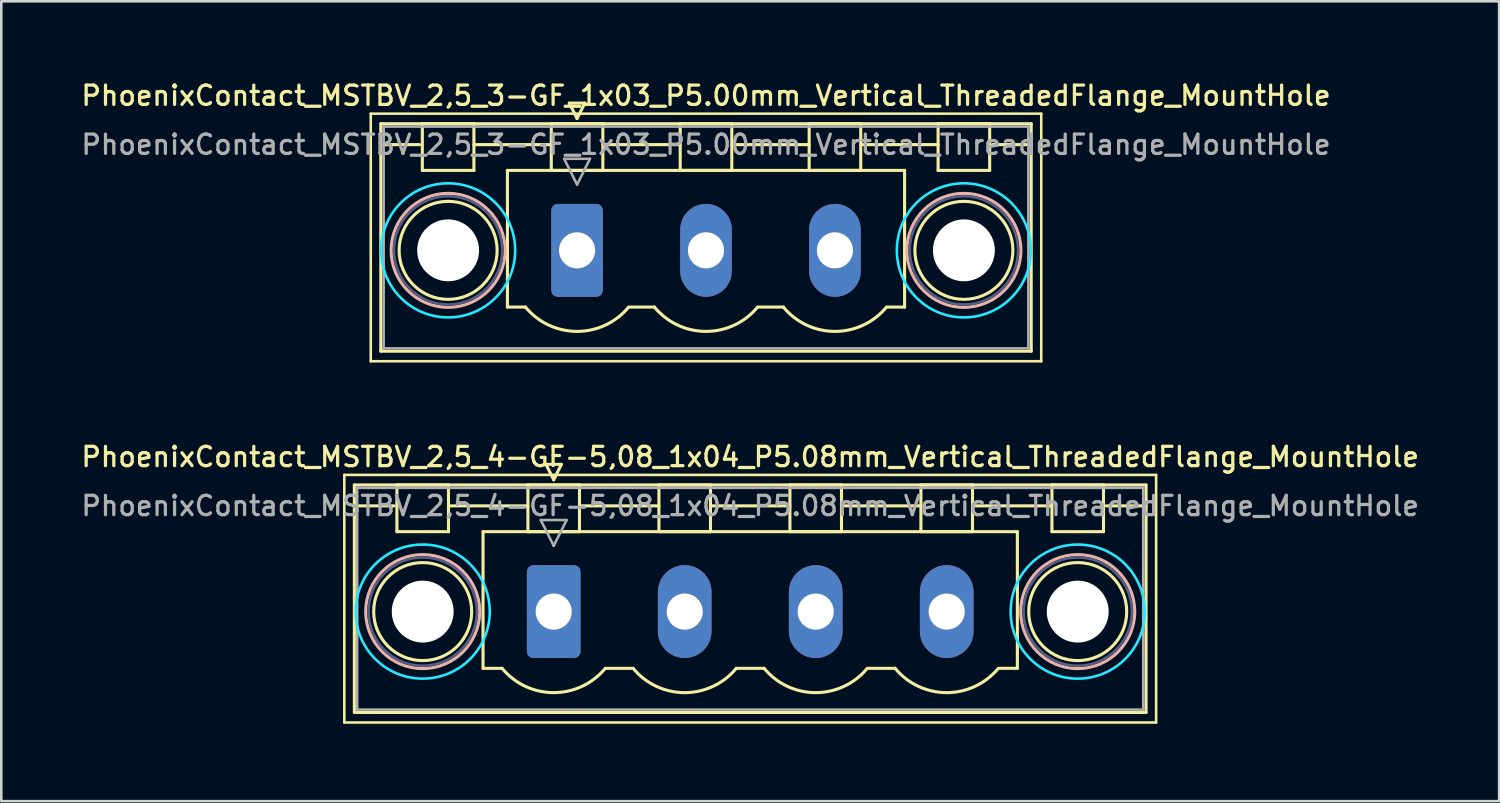
<source format=kicad_pcb>
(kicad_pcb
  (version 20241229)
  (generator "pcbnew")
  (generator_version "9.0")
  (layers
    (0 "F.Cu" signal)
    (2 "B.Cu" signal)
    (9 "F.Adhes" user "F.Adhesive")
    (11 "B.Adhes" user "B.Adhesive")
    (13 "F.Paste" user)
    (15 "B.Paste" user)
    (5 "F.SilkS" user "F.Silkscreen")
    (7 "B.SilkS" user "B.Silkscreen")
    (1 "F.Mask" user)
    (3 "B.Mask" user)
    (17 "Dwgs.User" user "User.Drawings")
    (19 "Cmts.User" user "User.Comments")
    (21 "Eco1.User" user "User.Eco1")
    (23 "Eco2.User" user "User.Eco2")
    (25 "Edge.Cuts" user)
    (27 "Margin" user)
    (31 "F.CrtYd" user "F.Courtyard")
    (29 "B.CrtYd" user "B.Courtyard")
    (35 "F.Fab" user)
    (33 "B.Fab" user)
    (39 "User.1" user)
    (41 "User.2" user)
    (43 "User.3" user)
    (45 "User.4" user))
  (footprint "PhoenixContact_MSTBV_2,5_3-GF_1x03_P5.00mm_Vertical_ThreadedFlange_MountHole"
    (layer "F.Cu")
    (at 19.327 6.658)
    (property "Reference" "PhoenixContact_MSTBV_2,5_3-GF_1x03_P5.00mm_Vertical_ThreadedFlange_MountHole" (at 5 -6 0) (layer "F.SilkS") (effects (font (size 0.75 0.75) (thickness 0.125))))
    (attr through_hole)
    (fp_line (start -8 -5.3) (end -8 4.3) (stroke (width 0.1) (type solid)) (layer "F.SilkS"))
    (fp_line (start -8 4.3) (end 18 4.3) (stroke (width 0.1) (type solid)) (layer "F.SilkS"))
    (fp_line (start -7.61 -4.91) (end -7.61 3.91) (stroke (width 0.12) (type solid)) (layer "F.SilkS"))
    (fp_line (start -7.61 -4.1) (end -6.11 -4.1) (stroke (width 0.12) (type solid)) (layer "F.SilkS"))
    (fp_line (start -7.61 3.91) (end 17.61 3.91) (stroke (width 0.12) (type solid)) (layer "F.SilkS"))
    (fp_line (start -6 -4.91) (end -4 -4.91) (stroke (width 0.12) (type solid)) (layer "F.SilkS"))
    (fp_line (start -6 -3.1) (end -6 -4.91) (stroke (width 0.12) (type solid)) (layer "F.SilkS"))
    (fp_line (start -4 -4.91) (end -4 -3.1) (stroke (width 0.12) (type solid)) (layer "F.SilkS"))
    (fp_line (start -4 -4.1) (end -1 -4.1) (stroke (width 0.12) (type solid)) (layer "F.SilkS"))
    (fp_line (start -4 -3.1) (end -6 -3.1) (stroke (width 0.12) (type solid)) (layer "F.SilkS"))
    (fp_line (start -2.7 -3.1) (end 12.7 -3.1) (stroke (width 0.12) (type solid)) (layer "F.SilkS"))
    (fp_line (start -2.7 2.2) (end -2.7 -3.1) (stroke (width 0.12) (type solid)) (layer "F.SilkS"))
    (fp_line (start -2 2.2) (end -2.7 2.2) (stroke (width 0.12) (type solid)) (layer "F.SilkS"))
    (fp_line (start -1 -4.91) (end 1 -4.91) (stroke (width 0.12) (type solid)) (layer "F.SilkS"))
    (fp_line (start -1 -3.1) (end -1 -4.91) (stroke (width 0.12) (type solid)) (layer "F.SilkS"))
    (fp_line (start -0.3 -5.71) (end 0.3 -5.71) (stroke (width 0.12) (type solid)) (layer "F.SilkS"))
    (fp_line (start 0 -5.11) (end -0.3 -5.71) (stroke (width 0.12) (type solid)) (layer "F.SilkS"))
    (fp_line (start 0.3 -5.71) (end 0 -5.11) (stroke (width 0.12) (type solid)) (layer "F.SilkS"))
    (fp_line (start 1 -4.91) (end 1 -3.1) (stroke (width 0.12) (type solid)) (layer "F.SilkS"))
    (fp_line (start 1 -4.1) (end 4 -4.1) (stroke (width 0.12) (type solid)) (layer "F.SilkS"))
    (fp_line (start 1 -3.1) (end -1 -3.1) (stroke (width 0.12) (type solid)) (layer "F.SilkS"))
    (fp_line (start 2 2.2) (end 3 2.2) (stroke (width 0.12) (type solid)) (layer "F.SilkS"))
    (fp_line (start 4 -4.91) (end 6 -4.91) (stroke (width 0.12) (type solid)) (layer "F.SilkS"))
    (fp_line (start 4 -3.1) (end 4 -4.91) (stroke (width 0.12) (type solid)) (layer "F.SilkS"))
    (fp_line (start 6 -4.91) (end 6 -3.1) (stroke (width 0.12) (type solid)) (layer "F.SilkS"))
    (fp_line (start 6 -4.1) (end 9 -4.1) (stroke (width 0.12) (type solid)) (layer "F.SilkS"))
    (fp_line (start 6 -3.1) (end 4 -3.1) (stroke (width 0.12) (type solid)) (layer "F.SilkS"))
    (fp_line (start 7 2.2) (end 8 2.2) (stroke (width 0.12) (type solid)) (layer "F.SilkS"))
    (fp_line (start 9 -4.91) (end 11 -4.91) (stroke (width 0.12) (type solid)) (layer "F.SilkS"))
    (fp_line (start 9 -3.1) (end 9 -4.91) (stroke (width 0.12) (type solid)) (layer "F.SilkS"))
    (fp_line (start 11 -4.91) (end 11 -3.1) (stroke (width 0.12) (type solid)) (layer "F.SilkS"))
    (fp_line (start 11 -4.1) (end 14 -4.1) (stroke (width 0.12) (type solid)) (layer "F.SilkS"))
    (fp_line (start 11 -3.1) (end 9 -3.1) (stroke (width 0.12) (type solid)) (layer "F.SilkS"))
    (fp_line (start 12.7 -3.1) (end 12.7 2.2) (stroke (width 0.12) (type solid)) (layer "F.SilkS"))
    (fp_line (start 12.7 2.2) (end 12 2.2) (stroke (width 0.12) (type solid)) (layer "F.SilkS"))
    (fp_line (start 14 -4.91) (end 16 -4.91) (stroke (width 0.12) (type solid)) (layer "F.SilkS"))
    (fp_line (start 14 -3.1) (end 14 -4.91) (stroke (width 0.12) (type solid)) (layer "F.SilkS"))
    (fp_line (start 16 -4.91) (end 16 -3.1) (stroke (width 0.12) (type solid)) (layer "F.SilkS"))
    (fp_line (start 16 -3.1) (end 14 -3.1) (stroke (width 0.12) (type solid)) (layer "F.SilkS"))
    (fp_line (start 17.61 -4.91) (end -7.61 -4.91) (stroke (width 0.12) (type solid)) (layer "F.SilkS"))
    (fp_line (start 17.61 -4.1) (end 16.11 -4.1) (stroke (width 0.12) (type solid)) (layer "F.SilkS"))
    (fp_line (start 17.61 3.91) (end 17.61 -4.91) (stroke (width 0.12) (type solid)) (layer "F.SilkS"))
    (fp_line (start 18 -5.3) (end -8 -5.3) (stroke (width 0.1) (type solid)) (layer "F.SilkS"))
    (fp_line (start 18 4.3) (end 18 -5.3) (stroke (width 0.1) (type solid)) (layer "F.SilkS"))
    (fp_arc (start 1.986842 2.215821) (mid -0.010289 3.142758) (end -2 2.2) (stroke (width 0.12) (type solid)) (layer "F.SilkS"))
    (fp_arc (start 6.986842 2.215821) (mid 4.989711 3.142758) (end 3 2.2) (stroke (width 0.12) (type solid)) (layer "F.SilkS"))
    (fp_arc (start 11.986842 2.215821) (mid 9.989711 3.142758) (end 8 2.2) (stroke (width 0.12) (type solid)) (layer "F.SilkS"))
    (fp_circle (center -5 0) (end -3.1 0) (stroke (width 0.12) (type solid)) (fill no) (layer "F.SilkS"))
    (fp_circle (center 15 0) (end 16.9 0) (stroke (width 0.12) (type solid)) (fill no) (layer "F.SilkS"))
    (fp_circle (center -5 0) (end -2.79 0) (stroke (width 0.12) (type solid)) (fill no) (layer "B.SilkS"))
    (fp_circle (center 15 0) (end 17.21 0) (stroke (width 0.12) (type solid)) (fill no) (layer "B.SilkS"))
    (fp_circle (center -5 0) (end -2.4 0) (stroke (width 0.1) (type solid)) (fill no) (layer "B.CrtYd"))
    (fp_circle (center 15 0) (end 17.6 0) (stroke (width 0.1) (type solid)) (fill no) (layer "B.CrtYd"))
    (fp_circle (center -5 0) (end -2.9 0) (stroke (width 0.1) (type solid)) (fill no) (layer "B.Fab"))
    (fp_circle (center 15 0) (end 17.1 0) (stroke (width 0.1) (type solid)) (fill no) (layer "B.Fab"))
    (fp_line (start -7.5 -4.8) (end -7.5 3.8) (stroke (width 0.1) (type solid)) (layer "F.Fab"))
    (fp_line (start -7.5 3.8) (end 17.5 3.8) (stroke (width 0.1) (type solid)) (layer "F.Fab"))
    (fp_line (start -0.5 -3.55) (end 0.5 -3.55) (stroke (width 0.1) (type solid)) (layer "F.Fab"))
    (fp_line (start 0 -2.55) (end -0.5 -3.55) (stroke (width 0.1) (type solid)) (layer "F.Fab"))
    (fp_line (start 0.5 -3.55) (end 0 -2.55) (stroke (width 0.1) (type solid)) (layer "F.Fab"))
    (fp_line (start 17.5 -4.8) (end -7.5 -4.8) (stroke (width 0.1) (type solid)) (layer "F.Fab"))
    (fp_line (start 17.5 3.8) (end 17.5 -4.8) (stroke (width 0.1) (type solid)) (layer "F.Fab"))
    (fp_text user "${REFERENCE}" (at 5 -4.1 0) (layer "F.Fab") (effects (font (size 0.75 0.75) (thickness 0.125))))
    (pad "" np_thru_hole circle (at -5 0) (size 2.4 2.4) (drill 2.4) (layers "*.Cu" "*.Mask"))
    (pad "" np_thru_hole circle (at 15 0) (size 2.4 2.4) (drill 2.4) (layers "*.Cu" "*.Mask"))
    (pad "1" thru_hole roundrect (at 0 0) (size 2 3.6) (drill 1.4) (layers "*.Cu" "*.Mask") (roundrect_rratio 0.125))
    (pad "2" thru_hole oval (at 5 0) (size 2 3.6) (drill 1.4) (layers "*.Cu" "*.Mask"))
    (pad "3" thru_hole oval (at 10 0) (size 2 3.6) (drill 1.4) (layers "*.Cu" "*.Mask")))
  (footprint "PhoenixContact_MSTBV_2,5_4-GF-5,08_1x04_P5.08mm_Vertical_ThreadedFlange_MountHole"
    (layer "F.Cu")
    (at 18.421 20.666)
    (property "Reference" "PhoenixContact_MSTBV_2,5_4-GF-5,08_1x04_P5.08mm_Vertical_ThreadedFlange_MountHole" (at 7.62 -6 0) (layer "F.SilkS") (effects (font (size 0.75 0.75) (thickness 0.125))))
    (attr through_hole)
    (fp_line (start -8.12 -5.3) (end -8.12 4.3) (stroke (width 0.1) (type solid)) (layer "F.SilkS"))
    (fp_line (start -8.12 4.3) (end 23.36 4.3) (stroke (width 0.1) (type solid)) (layer "F.SilkS"))
    (fp_line (start -7.73 -4.91) (end -7.73 3.91) (stroke (width 0.12) (type solid)) (layer "F.SilkS"))
    (fp_line (start -7.73 -4.1) (end -6.19 -4.1) (stroke (width 0.12) (type solid)) (layer "F.SilkS"))
    (fp_line (start -7.73 3.91) (end 22.97 3.91) (stroke (width 0.12) (type solid)) (layer "F.SilkS"))
    (fp_line (start -6.08 -4.91) (end -4.08 -4.91) (stroke (width 0.12) (type solid)) (layer "F.SilkS"))
    (fp_line (start -6.08 -3.1) (end -6.08 -4.91) (stroke (width 0.12) (type solid)) (layer "F.SilkS"))
    (fp_line (start -4.08 -4.91) (end -4.08 -3.1) (stroke (width 0.12) (type solid)) (layer "F.SilkS"))
    (fp_line (start -4.08 -4.1) (end -1 -4.1) (stroke (width 0.12) (type solid)) (layer "F.SilkS"))
    (fp_line (start -4.08 -3.1) (end -6.08 -3.1) (stroke (width 0.12) (type solid)) (layer "F.SilkS"))
    (fp_line (start -2.74 -3.1) (end 17.98 -3.1) (stroke (width 0.12) (type solid)) (layer "F.SilkS"))
    (fp_line (start -2.74 2.2) (end -2.74 -3.1) (stroke (width 0.12) (type solid)) (layer "F.SilkS"))
    (fp_line (start -2 2.2) (end -2.74 2.2) (stroke (width 0.12) (type solid)) (layer "F.SilkS"))
    (fp_line (start -1 -4.91) (end 1 -4.91) (stroke (width 0.12) (type solid)) (layer "F.SilkS"))
    (fp_line (start -1 -3.1) (end -1 -4.91) (stroke (width 0.12) (type solid)) (layer "F.SilkS"))
    (fp_line (start -0.3 -5.71) (end 0.3 -5.71) (stroke (width 0.12) (type solid)) (layer "F.SilkS"))
    (fp_line (start 0 -5.11) (end -0.3 -5.71) (stroke (width 0.12) (type solid)) (layer "F.SilkS"))
    (fp_line (start 0.3 -5.71) (end 0 -5.11) (stroke (width 0.12) (type solid)) (layer "F.SilkS"))
    (fp_line (start 1 -4.91) (end 1 -3.1) (stroke (width 0.12) (type solid)) (layer "F.SilkS"))
    (fp_line (start 1 -4.1) (end 4.08 -4.1) (stroke (width 0.12) (type solid)) (layer "F.SilkS"))
    (fp_line (start 1 -3.1) (end -1 -3.1) (stroke (width 0.12) (type solid)) (layer "F.SilkS"))
    (fp_line (start 2 2.2) (end 3.08 2.2) (stroke (width 0.12) (type solid)) (layer "F.SilkS"))
    (fp_line (start 4.08 -4.91) (end 6.08 -4.91) (stroke (width 0.12) (type solid)) (layer "F.SilkS"))
    (fp_line (start 4.08 -3.1) (end 4.08 -4.91) (stroke (width 0.12) (type solid)) (layer "F.SilkS"))
    (fp_line (start 6.08 -4.91) (end 6.08 -3.1) (stroke (width 0.12) (type solid)) (layer "F.SilkS"))
    (fp_line (start 6.08 -4.1) (end 9.16 -4.1) (stroke (width 0.12) (type solid)) (layer "F.SilkS"))
    (fp_line (start 6.08 -3.1) (end 4.08 -3.1) (stroke (width 0.12) (type solid)) (layer "F.SilkS"))
    (fp_line (start 7.08 2.2) (end 8.16 2.2) (stroke (width 0.12) (type solid)) (layer "F.SilkS"))
    (fp_line (start 9.16 -4.91) (end 11.16 -4.91) (stroke (width 0.12) (type solid)) (layer "F.SilkS"))
    (fp_line (start 9.16 -3.1) (end 9.16 -4.91) (stroke (width 0.12) (type solid)) (layer "F.SilkS"))
    (fp_line (start 11.16 -4.91) (end 11.16 -3.1) (stroke (width 0.12) (type solid)) (layer "F.SilkS"))
    (fp_line (start 11.16 -4.1) (end 14.24 -4.1) (stroke (width 0.12) (type solid)) (layer "F.SilkS"))
    (fp_line (start 11.16 -3.1) (end 9.16 -3.1) (stroke (width 0.12) (type solid)) (layer "F.SilkS"))
    (fp_line (start 12.16 2.2) (end 13.24 2.2) (stroke (width 0.12) (type solid)) (layer "F.SilkS"))
    (fp_line (start 14.24 -4.91) (end 16.24 -4.91) (stroke (width 0.12) (type solid)) (layer "F.SilkS"))
    (fp_line (start 14.24 -3.1) (end 14.24 -4.91) (stroke (width 0.12) (type solid)) (layer "F.SilkS"))
    (fp_line (start 16.24 -4.91) (end 16.24 -3.1) (stroke (width 0.12) (type solid)) (layer "F.SilkS"))
    (fp_line (start 16.24 -4.1) (end 19.32 -4.1) (stroke (width 0.12) (type solid)) (layer "F.SilkS"))
    (fp_line (start 16.24 -3.1) (end 14.24 -3.1) (stroke (width 0.12) (type solid)) (layer "F.SilkS"))
    (fp_line (start 17.98 -3.1) (end 17.98 2.2) (stroke (width 0.12) (type solid)) (layer "F.SilkS"))
    (fp_line (start 17.98 2.2) (end 17.24 2.2) (stroke (width 0.12) (type solid)) (layer "F.SilkS"))
    (fp_line (start 19.32 -4.91) (end 21.32 -4.91) (stroke (width 0.12) (type solid)) (layer "F.SilkS"))
    (fp_line (start 19.32 -3.1) (end 19.32 -4.91) (stroke (width 0.12) (type solid)) (layer "F.SilkS"))
    (fp_line (start 21.32 -4.91) (end 21.32 -3.1) (stroke (width 0.12) (type solid)) (layer "F.SilkS"))
    (fp_line (start 21.32 -3.1) (end 19.32 -3.1) (stroke (width 0.12) (type solid)) (layer "F.SilkS"))
    (fp_line (start 22.97 -4.91) (end -7.73 -4.91) (stroke (width 0.12) (type solid)) (layer "F.SilkS"))
    (fp_line (start 22.97 -4.1) (end 21.43 -4.1) (stroke (width 0.12) (type solid)) (layer "F.SilkS"))
    (fp_line (start 22.97 3.91) (end 22.97 -4.91) (stroke (width 0.12) (type solid)) (layer "F.SilkS"))
    (fp_line (start 23.36 -5.3) (end -8.12 -5.3) (stroke (width 0.1) (type solid)) (layer "F.SilkS"))
    (fp_line (start 23.36 4.3) (end 23.36 -5.3) (stroke (width 0.1) (type solid)) (layer "F.SilkS"))
    (fp_arc (start 1.986842 2.215821) (mid -0.010289 3.142758) (end -2 2.2) (stroke (width 0.12) (type solid)) (layer "F.SilkS"))
    (fp_arc (start 7.066842 2.215821) (mid 5.069711 3.142758) (end 3.08 2.2) (stroke (width 0.12) (type solid)) (layer "F.SilkS"))
    (fp_arc (start 12.146842 2.215821) (mid 10.149711 3.142758) (end 8.16 2.2) (stroke (width 0.12) (type solid)) (layer "F.SilkS"))
    (fp_arc (start 17.226842 2.215821) (mid 15.229711 3.142758) (end 13.24 2.2) (stroke (width 0.12) (type solid)) (layer "F.SilkS"))
    (fp_circle (center -5.08 0) (end -3.18 0) (stroke (width 0.12) (type solid)) (fill no) (layer "F.SilkS"))
    (fp_circle (center 20.32 0) (end 22.22 0) (stroke (width 0.12) (type solid)) (fill no) (layer "F.SilkS"))
    (fp_circle (center -5.08 0) (end -2.87 0) (stroke (width 0.12) (type solid)) (fill no) (layer "B.SilkS"))
    (fp_circle (center 20.32 0) (end 22.53 0) (stroke (width 0.12) (type solid)) (fill no) (layer "B.SilkS"))
    (fp_circle (center -5.08 0) (end -2.48 0) (stroke (width 0.1) (type solid)) (fill no) (layer "B.CrtYd"))
    (fp_circle (center 20.32 0) (end 22.92 0) (stroke (width 0.1) (type solid)) (fill no) (layer "B.CrtYd"))
    (fp_circle (center -5.08 0) (end -2.98 0) (stroke (width 0.1) (type solid)) (fill no) (layer "B.Fab"))
    (fp_circle (center 20.32 0) (end 22.42 0) (stroke (width 0.1) (type solid)) (fill no) (layer "B.Fab"))
    (fp_line (start -7.62 -4.8) (end -7.62 3.8) (stroke (width 0.1) (type solid)) (layer "F.Fab"))
    (fp_line (start -7.62 3.8) (end 22.86 3.8) (stroke (width 0.1) (type solid)) (layer "F.Fab"))
    (fp_line (start -0.5 -3.55) (end 0.5 -3.55) (stroke (width 0.1) (type solid)) (layer "F.Fab"))
    (fp_line (start 0 -2.55) (end -0.5 -3.55) (stroke (width 0.1) (type solid)) (layer "F.Fab"))
    (fp_line (start 0.5 -3.55) (end 0 -2.55) (stroke (width 0.1) (type solid)) (layer "F.Fab"))
    (fp_line (start 22.86 -4.8) (end -7.62 -4.8) (stroke (width 0.1) (type solid)) (layer "F.Fab"))
    (fp_line (start 22.86 3.8) (end 22.86 -4.8) (stroke (width 0.1) (type solid)) (layer "F.Fab"))
    (fp_text user "${REFERENCE}" (at 7.62 -4.1 0) (layer "F.Fab") (effects (font (size 0.75 0.75) (thickness 0.125))))
    (pad "" np_thru_hole circle (at -5.08 0) (size 2.4 2.4) (drill 2.4) (layers "*.Cu" "*.Mask"))
    (pad "" np_thru_hole circle (at 20.32 0) (size 2.4 2.4) (drill 2.4) (layers "*.Cu" "*.Mask"))
    (pad "1" thru_hole roundrect (at 0 0) (size 2.08 3.6) (drill 1.4) (layers "*.Cu" "*.Mask") (roundrect_rratio 0.12))
    (pad "2" thru_hole oval (at 5.08 0) (size 2.08 3.6) (drill 1.4) (layers "*.Cu" "*.Mask"))
    (pad "3" thru_hole oval (at 10.16 0) (size 2.08 3.6) (drill 1.4) (layers "*.Cu" "*.Mask"))
    (pad "4" thru_hole oval (at 15.24 0) (size 2.08 3.6) (drill 1.4) (layers "*.Cu" "*.Mask")))
  (gr_rect
    (start -3 -3)
    (end 55.082 28.016)
    (stroke (width 0.1) (type default))
    (fill no)
    (layer "Edge.Cuts")))
</source>
